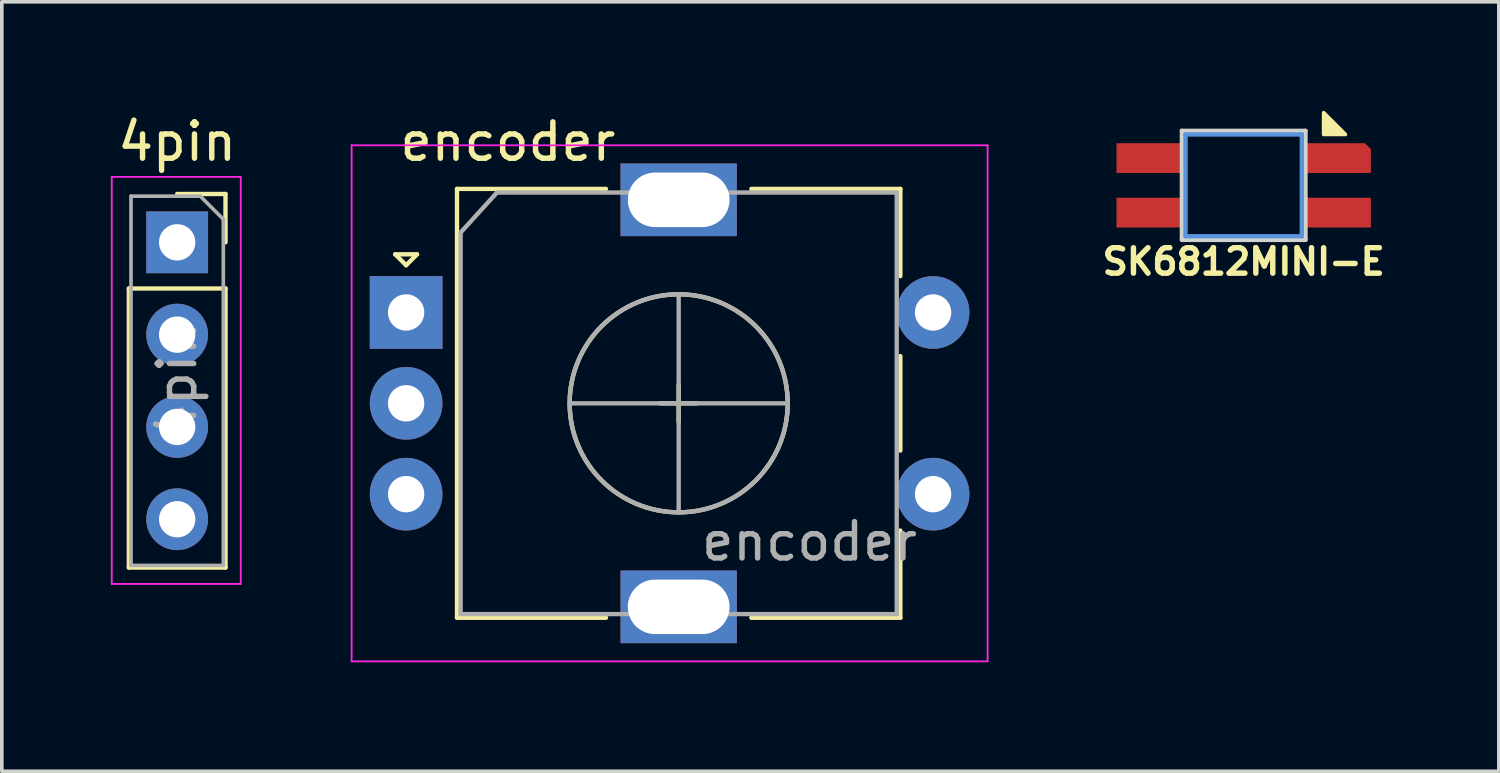
<source format=kicad_pcb>
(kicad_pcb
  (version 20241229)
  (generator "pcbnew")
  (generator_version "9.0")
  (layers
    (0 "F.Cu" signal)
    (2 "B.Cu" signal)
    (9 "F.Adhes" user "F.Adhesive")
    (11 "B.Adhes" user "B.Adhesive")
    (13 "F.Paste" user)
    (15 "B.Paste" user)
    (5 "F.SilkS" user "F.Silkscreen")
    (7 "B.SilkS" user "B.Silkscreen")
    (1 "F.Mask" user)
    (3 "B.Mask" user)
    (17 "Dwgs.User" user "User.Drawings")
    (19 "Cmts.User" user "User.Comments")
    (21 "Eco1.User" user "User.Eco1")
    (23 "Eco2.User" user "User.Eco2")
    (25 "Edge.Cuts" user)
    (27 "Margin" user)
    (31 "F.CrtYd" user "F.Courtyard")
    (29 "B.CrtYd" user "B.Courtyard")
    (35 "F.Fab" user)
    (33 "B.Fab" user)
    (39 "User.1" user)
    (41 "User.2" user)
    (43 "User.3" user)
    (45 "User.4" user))
  (footprint "4pin"
    (layer "F.Cu")
    (at 1.825 3.618)
    (property "Reference" "4pin" (at 0 -2.77 0) (layer "F.SilkS") (effects (font (size 1 1) (thickness 0.15))))
    (attr through_hole)
    (fp_line (start -1.33 1.27) (end -1.33 8.95) (stroke (width 0.12) (type solid)) (layer "F.SilkS"))
    (fp_line (start -1.33 1.27) (end 1.33 1.27) (stroke (width 0.12) (type solid)) (layer "F.SilkS"))
    (fp_line (start -1.33 8.95) (end 1.33 8.95) (stroke (width 0.12) (type solid)) (layer "F.SilkS"))
    (fp_line (start 0 -1.33) (end 1.33 -1.33) (stroke (width 0.12) (type solid)) (layer "F.SilkS"))
    (fp_line (start 1.33 -1.33) (end 1.33 0) (stroke (width 0.12) (type solid)) (layer "F.SilkS"))
    (fp_line (start 1.33 1.27) (end 1.33 8.95) (stroke (width 0.12) (type solid)) (layer "F.SilkS"))
    (fp_line (start -1.8 -1.8) (end 1.75 -1.8) (stroke (width 0.05) (type solid)) (layer "F.CrtYd"))
    (fp_line (start -1.8 9.4) (end -1.8 -1.8) (stroke (width 0.05) (type solid)) (layer "F.CrtYd"))
    (fp_line (start 1.75 -1.8) (end 1.75 9.4) (stroke (width 0.05) (type solid)) (layer "F.CrtYd"))
    (fp_line (start 1.75 9.4) (end -1.8 9.4) (stroke (width 0.05) (type solid)) (layer "F.CrtYd"))
    (fp_line (start -1.27 -1.27) (end 0.635 -1.27) (stroke (width 0.1) (type solid)) (layer "F.Fab"))
    (fp_line (start -1.27 8.89) (end -1.27 -1.27) (stroke (width 0.1) (type solid)) (layer "F.Fab"))
    (fp_line (start 0.635 -1.27) (end 1.27 -0.635) (stroke (width 0.1) (type solid)) (layer "F.Fab"))
    (fp_line (start 1.27 -0.635) (end 1.27 8.89) (stroke (width 0.1) (type solid)) (layer "F.Fab"))
    (fp_line (start 1.27 8.89) (end -1.27 8.89) (stroke (width 0.1) (type solid)) (layer "F.Fab"))
    (fp_text user "${REFERENCE}" (at 0 3.81 90) (layer "F.Fab") (effects (font (size 1 1) (thickness 0.15))))
    (pad "1" thru_hole rect (at 0 0) (size 1.7 1.7) (drill 1) (layers "*.Cu" "*.Mask"))
    (pad "2" thru_hole oval (at 0 2.54) (size 1.7 1.7) (drill 1) (layers "*.Cu" "*.Mask"))
    (pad "3" thru_hole oval (at 0 5.08) (size 1.7 1.7) (drill 1) (layers "*.Cu" "*.Mask"))
    (pad "4" thru_hole oval (at 0 7.62) (size 1.7 1.7) (drill 1) (layers "*.Cu" "*.Mask")))
  (footprint "encoder"
    (layer "F.Cu")
    (at 8.125 5.548)
    (property "Reference" "encoder" (at 2.8 -4.7 0) (layer "F.SilkS") (effects (font (size 1 1) (thickness 0.15))))
    (attr through_hole)
    (fp_line (start -0.3 -1.6) (end 0.3 -1.6) (stroke (width 0.12) (type solid)) (layer "F.SilkS"))
    (fp_line (start 0 -1.3) (end -0.3 -1.6) (stroke (width 0.12) (type solid)) (layer "F.SilkS"))
    (fp_line (start 0.3 -1.6) (end 0 -1.3) (stroke (width 0.12) (type solid)) (layer "F.SilkS"))
    (fp_line (start 1.4 -3.4) (end 1.4 8.4) (stroke (width 0.12) (type solid)) (layer "F.SilkS"))
    (fp_line (start 5.5 -3.4) (end 1.4 -3.4) (stroke (width 0.12) (type solid)) (layer "F.SilkS"))
    (fp_line (start 5.5 8.4) (end 1.4 8.4) (stroke (width 0.12) (type solid)) (layer "F.SilkS"))
    (fp_line (start 7 2.5) (end 8 2.5) (stroke (width 0.12) (type solid)) (layer "F.SilkS"))
    (fp_line (start 7.5 2) (end 7.5 3) (stroke (width 0.12) (type solid)) (layer "F.SilkS"))
    (fp_line (start 9.5 -3.4) (end 13.6 -3.4) (stroke (width 0.12) (type solid)) (layer "F.SilkS"))
    (fp_line (start 13.6 -3.4) (end 13.6 -1) (stroke (width 0.12) (type solid)) (layer "F.SilkS"))
    (fp_line (start 13.6 1.2) (end 13.6 3.8) (stroke (width 0.12) (type solid)) (layer "F.SilkS"))
    (fp_line (start 13.6 6) (end 13.6 8.4) (stroke (width 0.12) (type solid)) (layer "F.SilkS"))
    (fp_line (start 13.6 8.4) (end 9.5 8.4) (stroke (width 0.12) (type solid)) (layer "F.SilkS"))
    (fp_circle (center 7.5 2.5) (end 10.5 2.5) (stroke (width 0.12) (type solid)) (fill no) (layer "F.SilkS"))
    (fp_line (start -1.5 -4.6) (end -1.5 9.6) (stroke (width 0.05) (type solid)) (layer "F.CrtYd"))
    (fp_line (start -1.5 -4.6) (end 16 -4.6) (stroke (width 0.05) (type solid)) (layer "F.CrtYd"))
    (fp_line (start 16 9.6) (end -1.5 9.6) (stroke (width 0.05) (type solid)) (layer "F.CrtYd"))
    (fp_line (start 16 9.6) (end 16 -4.6) (stroke (width 0.05) (type solid)) (layer "F.CrtYd"))
    (fp_line (start 1.5 -2.2) (end 2.5 -3.3) (stroke (width 0.12) (type solid)) (layer "F.Fab"))
    (fp_line (start 1.5 8.3) (end 1.5 -2.2) (stroke (width 0.12) (type solid)) (layer "F.Fab"))
    (fp_line (start 2.5 -3.3) (end 13.5 -3.3) (stroke (width 0.12) (type solid)) (layer "F.Fab"))
    (fp_line (start 4.5 2.5) (end 10.5 2.5) (stroke (width 0.12) (type solid)) (layer "F.Fab"))
    (fp_line (start 7.5 -0.5) (end 7.5 5.5) (stroke (width 0.12) (type solid)) (layer "F.Fab"))
    (fp_line (start 13.5 -3.3) (end 13.5 8.3) (stroke (width 0.12) (type solid)) (layer "F.Fab"))
    (fp_line (start 13.5 8.3) (end 1.5 8.3) (stroke (width 0.12) (type solid)) (layer "F.Fab"))
    (fp_circle (center 7.5 2.5) (end 10.5 2.5) (stroke (width 0.12) (type solid)) (fill no) (layer "F.Fab"))
    (fp_text user "${REFERENCE}" (at 11.1 6.3 0) (layer "F.Fab") (effects (font (size 1 1) (thickness 0.15))))
    (pad "A" thru_hole rect (at 0 0) (size 2 2) (drill 1) (layers "*.Cu" "*.Mask"))
    (pad "B" thru_hole circle (at 0 5) (size 2 2) (drill 1) (layers "*.Cu" "*.Mask"))
    (pad "C" thru_hole circle (at 0 2.5) (size 2 2) (drill 1) (layers "*.Cu" "*.Mask"))
    (pad "MP" thru_hole rect (at 7.5 -3.1) (size 3.2 2) (drill oval 2.8 1.5) (layers "*.Cu" "*.Mask"))
    (pad "MP" thru_hole rect (at 7.5 8.1) (size 3.2 2) (drill oval 2.8 1.5) (layers "*.Cu" "*.Mask"))
    (pad "S1" thru_hole circle (at 14.5 5) (size 2 2) (drill 1) (layers "*.Cu" "*.Mask"))
    (pad "S2" thru_hole circle (at 14.5 0) (size 2 2) (drill 1) (layers "*.Cu" "*.Mask")))
  (footprint "SK6812MINI-E"
    (layer "F.Cu")
    (at 31.172 2.05)
    (property "Reference" "SK6812MINI-E" (at 0 2.1 0) (unlocked yes) (layer "F.SilkS") (effects (font (size 0.7 0.7) (thickness 0.15))))
    (attr through_hole)
    (fp_poly (pts (xy 2.8 -1.4) (xy 2.2 -1.4) (xy 2.2 -2)) (stroke (width 0.1) (type solid)) (fill yes) (layer "F.SilkS"))
    (fp_line (start -1.6 -1.4) (end 1.6 -1.4) (stroke (width 0.12) (type solid)) (layer "Cmts.User"))
    (fp_line (start -1.6 1.4) (end -1.6 -1.4) (stroke (width 0.12) (type solid)) (layer "Cmts.User"))
    (fp_line (start 1.6 -1.4) (end 1.6 1.4) (stroke (width 0.12) (type solid)) (layer "Cmts.User"))
    (fp_line (start 1.6 1.4) (end -1.6 1.4) (stroke (width 0.12) (type solid)) (layer "Cmts.User"))
    (fp_line (start -1.7 -1.5) (end 1.7 -1.5) (stroke (width 0.12) (type solid)) (layer "Edge.Cuts"))
    (fp_line (start -1.7 1.5) (end -1.7 -1.5) (stroke (width 0.12) (type solid)) (layer "Edge.Cuts"))
    (fp_line (start 1.7 -1.5) (end 1.7 1.5) (stroke (width 0.12) (type solid)) (layer "Edge.Cuts"))
    (fp_line (start 1.7 1.5) (end -1.7 1.5) (stroke (width 0.12) (type solid)) (layer "Edge.Cuts"))
    (pad "1" smd rect (at -2.6 -0.75) (size 1.8 0.82) (layers "F.Cu" "F.Mask" "F.Paste"))
    (pad "2" smd roundrect (at 2.6 -0.75) (size 1.8 0.82) (layers "F.Cu" "F.Mask" "F.Paste") (roundrect_rratio 0) (chamfer_ratio 0.2) (chamfer top_right))
    (pad "3" smd rect (at 2.6 0.75) (size 1.8 0.82) (layers "F.Cu" "F.Mask" "F.Paste"))
    (pad "4" smd rect (at -2.6 0.75) (size 1.8 0.82) (layers "F.Cu" "F.Mask" "F.Paste")))
  (gr_rect
    (start -3 -3)
    (end 38.193 18.173)
    (stroke (width 0.1) (type default))
    (fill no)
    (layer "Edge.Cuts")))
</source>
